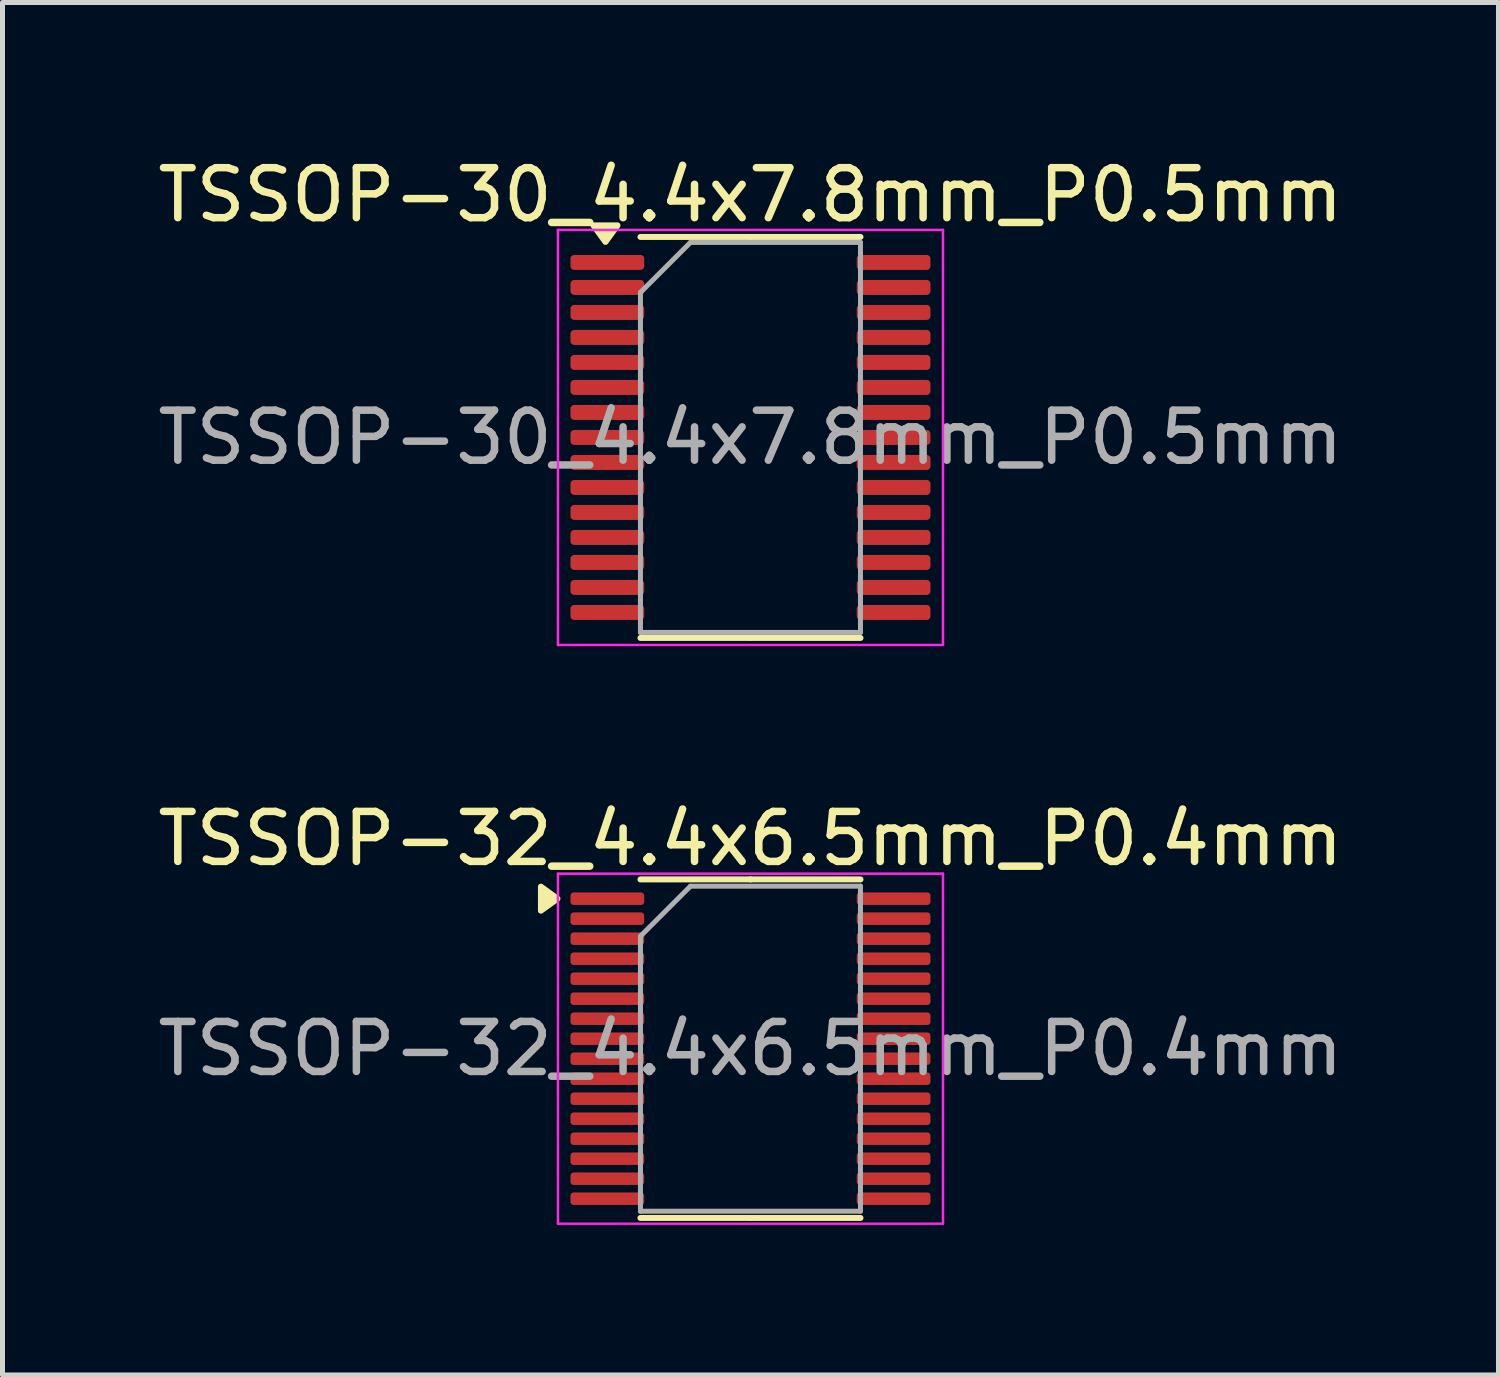
<source format=kicad_pcb>
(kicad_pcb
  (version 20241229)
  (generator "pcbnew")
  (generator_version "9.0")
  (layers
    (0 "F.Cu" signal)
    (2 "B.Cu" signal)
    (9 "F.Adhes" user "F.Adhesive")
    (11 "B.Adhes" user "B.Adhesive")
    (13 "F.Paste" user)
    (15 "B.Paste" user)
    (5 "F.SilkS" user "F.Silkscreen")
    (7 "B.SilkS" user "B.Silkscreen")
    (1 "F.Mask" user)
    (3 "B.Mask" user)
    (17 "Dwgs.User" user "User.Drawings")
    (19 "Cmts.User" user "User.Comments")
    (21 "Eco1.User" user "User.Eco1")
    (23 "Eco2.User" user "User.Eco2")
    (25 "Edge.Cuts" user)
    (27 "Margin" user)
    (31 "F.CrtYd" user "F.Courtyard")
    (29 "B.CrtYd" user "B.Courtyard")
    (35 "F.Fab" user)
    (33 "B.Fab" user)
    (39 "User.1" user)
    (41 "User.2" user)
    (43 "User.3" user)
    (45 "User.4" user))
  (footprint "TSSOP-30_4.4x7.8mm_P0.5mm"
    (layer "F.Cu")
    (at 11.958 5.698)
    (property "Reference" "TSSOP-30_4.4x7.8mm_P0.5mm" (at 0 -4.85 0) (layer "F.SilkS") (effects (font (size 1 1) (thickness 0.15))))
    (attr smd)
    (fp_line (start 0 -4.01) (end -2.2 -4.01) (stroke (width 0.12) (type solid)) (layer "F.SilkS"))
    (fp_line (start 0 -4.01) (end 2.2 -4.01) (stroke (width 0.12) (type solid)) (layer "F.SilkS"))
    (fp_line (start 0 4.01) (end -2.2 4.01) (stroke (width 0.12) (type solid)) (layer "F.SilkS"))
    (fp_line (start 0 4.01) (end 2.2 4.01) (stroke (width 0.12) (type solid)) (layer "F.SilkS"))
    (fp_poly (pts (xy -2.9 -3.91) (xy -3.14 -4.24) (xy -2.66 -4.24) (xy -2.9 -3.91)) (stroke (width 0.12) (type solid)) (fill yes) (layer "F.SilkS"))
    (fp_line (start -3.85 -4.15) (end -3.85 4.15) (stroke (width 0.05) (type solid)) (layer "F.CrtYd"))
    (fp_line (start -3.85 4.15) (end 3.85 4.15) (stroke (width 0.05) (type solid)) (layer "F.CrtYd"))
    (fp_line (start 3.85 -4.15) (end -3.85 -4.15) (stroke (width 0.05) (type solid)) (layer "F.CrtYd"))
    (fp_line (start 3.85 4.15) (end 3.85 -4.15) (stroke (width 0.05) (type solid)) (layer "F.CrtYd"))
    (fp_line (start -2.2 -2.9) (end -1.2 -3.9) (stroke (width 0.1) (type solid)) (layer "F.Fab"))
    (fp_line (start -2.2 3.9) (end -2.2 -2.9) (stroke (width 0.1) (type solid)) (layer "F.Fab"))
    (fp_line (start -1.2 -3.9) (end 2.2 -3.9) (stroke (width 0.1) (type solid)) (layer "F.Fab"))
    (fp_line (start 2.2 -3.9) (end 2.2 3.9) (stroke (width 0.1) (type solid)) (layer "F.Fab"))
    (fp_line (start 2.2 3.9) (end -2.2 3.9) (stroke (width 0.1) (type solid)) (layer "F.Fab"))
    (fp_text user "${REFERENCE}" (at 0 0 0) (layer "F.Fab") (effects (font (size 1 1) (thickness 0.15))))
    (pad "1" smd roundrect (at -2.862 -3.5) (size 1.475 0.3) (layers "F.Cu" "F.Mask" "F.Paste") (roundrect_rratio 0.25))
    (pad "2" smd roundrect (at -2.862 -3) (size 1.475 0.3) (layers "F.Cu" "F.Mask" "F.Paste") (roundrect_rratio 0.25))
    (pad "3" smd roundrect (at -2.862 -2.5) (size 1.475 0.3) (layers "F.Cu" "F.Mask" "F.Paste") (roundrect_rratio 0.25))
    (pad "4" smd roundrect (at -2.862 -2) (size 1.475 0.3) (layers "F.Cu" "F.Mask" "F.Paste") (roundrect_rratio 0.25))
    (pad "5" smd roundrect (at -2.862 -1.5) (size 1.475 0.3) (layers "F.Cu" "F.Mask" "F.Paste") (roundrect_rratio 0.25))
    (pad "6" smd roundrect (at -2.862 -1) (size 1.475 0.3) (layers "F.Cu" "F.Mask" "F.Paste") (roundrect_rratio 0.25))
    (pad "7" smd roundrect (at -2.862 -0.5) (size 1.475 0.3) (layers "F.Cu" "F.Mask" "F.Paste") (roundrect_rratio 0.25))
    (pad "8" smd roundrect (at -2.862 0) (size 1.475 0.3) (layers "F.Cu" "F.Mask" "F.Paste") (roundrect_rratio 0.25))
    (pad "9" smd roundrect (at -2.862 0.5) (size 1.475 0.3) (layers "F.Cu" "F.Mask" "F.Paste") (roundrect_rratio 0.25))
    (pad "10" smd roundrect (at -2.862 1) (size 1.475 0.3) (layers "F.Cu" "F.Mask" "F.Paste") (roundrect_rratio 0.25))
    (pad "11" smd roundrect (at -2.862 1.5) (size 1.475 0.3) (layers "F.Cu" "F.Mask" "F.Paste") (roundrect_rratio 0.25))
    (pad "12" smd roundrect (at -2.862 2) (size 1.475 0.3) (layers "F.Cu" "F.Mask" "F.Paste") (roundrect_rratio 0.25))
    (pad "13" smd roundrect (at -2.862 2.5) (size 1.475 0.3) (layers "F.Cu" "F.Mask" "F.Paste") (roundrect_rratio 0.25))
    (pad "14" smd roundrect (at -2.862 3) (size 1.475 0.3) (layers "F.Cu" "F.Mask" "F.Paste") (roundrect_rratio 0.25))
    (pad "15" smd roundrect (at -2.862 3.5) (size 1.475 0.3) (layers "F.Cu" "F.Mask" "F.Paste") (roundrect_rratio 0.25))
    (pad "16" smd roundrect (at 2.862 3.5) (size 1.475 0.3) (layers "F.Cu" "F.Mask" "F.Paste") (roundrect_rratio 0.25))
    (pad "17" smd roundrect (at 2.862 3) (size 1.475 0.3) (layers "F.Cu" "F.Mask" "F.Paste") (roundrect_rratio 0.25))
    (pad "18" smd roundrect (at 2.862 2.5) (size 1.475 0.3) (layers "F.Cu" "F.Mask" "F.Paste") (roundrect_rratio 0.25))
    (pad "19" smd roundrect (at 2.862 2) (size 1.475 0.3) (layers "F.Cu" "F.Mask" "F.Paste") (roundrect_rratio 0.25))
    (pad "20" smd roundrect (at 2.862 1.5) (size 1.475 0.3) (layers "F.Cu" "F.Mask" "F.Paste") (roundrect_rratio 0.25))
    (pad "21" smd roundrect (at 2.862 1) (size 1.475 0.3) (layers "F.Cu" "F.Mask" "F.Paste") (roundrect_rratio 0.25))
    (pad "22" smd roundrect (at 2.862 0.5) (size 1.475 0.3) (layers "F.Cu" "F.Mask" "F.Paste") (roundrect_rratio 0.25))
    (pad "23" smd roundrect (at 2.862 0) (size 1.475 0.3) (layers "F.Cu" "F.Mask" "F.Paste") (roundrect_rratio 0.25))
    (pad "24" smd roundrect (at 2.862 -0.5) (size 1.475 0.3) (layers "F.Cu" "F.Mask" "F.Paste") (roundrect_rratio 0.25))
    (pad "25" smd roundrect (at 2.862 -1) (size 1.475 0.3) (layers "F.Cu" "F.Mask" "F.Paste") (roundrect_rratio 0.25))
    (pad "26" smd roundrect (at 2.862 -1.5) (size 1.475 0.3) (layers "F.Cu" "F.Mask" "F.Paste") (roundrect_rratio 0.25))
    (pad "27" smd roundrect (at 2.862 -2) (size 1.475 0.3) (layers "F.Cu" "F.Mask" "F.Paste") (roundrect_rratio 0.25))
    (pad "28" smd roundrect (at 2.862 -2.5) (size 1.475 0.3) (layers "F.Cu" "F.Mask" "F.Paste") (roundrect_rratio 0.25))
    (pad "29" smd roundrect (at 2.862 -3) (size 1.475 0.3) (layers "F.Cu" "F.Mask" "F.Paste") (roundrect_rratio 0.25))
    (pad "30" smd roundrect (at 2.862 -3.5) (size 1.475 0.3) (layers "F.Cu" "F.Mask" "F.Paste") (roundrect_rratio 0.25)))
  (footprint "TSSOP-32_4.4x6.5mm_P0.4mm"
    (layer "F.Cu")
    (at 11.958 17.922)
    (property "Reference" "TSSOP-32_4.4x6.5mm_P0.4mm" (at 0 -4.2 0) (layer "F.SilkS") (effects (font (size 1 1) (thickness 0.15))))
    (attr smd)
    (fp_line (start 0 -3.385) (end -2.2 -3.385) (stroke (width 0.12) (type solid)) (layer "F.SilkS"))
    (fp_line (start 0 -3.385) (end 2.2 -3.385) (stroke (width 0.12) (type solid)) (layer "F.SilkS"))
    (fp_line (start 0 3.385) (end -2.2 3.385) (stroke (width 0.12) (type solid)) (layer "F.SilkS"))
    (fp_line (start 0 3.385) (end 2.2 3.385) (stroke (width 0.12) (type solid)) (layer "F.SilkS"))
    (fp_poly (pts (xy -3.86 -3) (xy -4.19 -3.24) (xy -4.19 -2.76) (xy -3.86 -3)) (stroke (width 0.12) (type solid)) (fill yes) (layer "F.SilkS"))
    (fp_line (start -3.85 -3.5) (end -3.85 3.5) (stroke (width 0.05) (type solid)) (layer "F.CrtYd"))
    (fp_line (start -3.85 3.5) (end 3.85 3.5) (stroke (width 0.05) (type solid)) (layer "F.CrtYd"))
    (fp_line (start 3.85 -3.5) (end -3.85 -3.5) (stroke (width 0.05) (type solid)) (layer "F.CrtYd"))
    (fp_line (start 3.85 3.5) (end 3.85 -3.5) (stroke (width 0.05) (type solid)) (layer "F.CrtYd"))
    (fp_line (start -2.2 -2.25) (end -1.2 -3.25) (stroke (width 0.1) (type solid)) (layer "F.Fab"))
    (fp_line (start -2.2 3.25) (end -2.2 -2.25) (stroke (width 0.1) (type solid)) (layer "F.Fab"))
    (fp_line (start -1.2 -3.25) (end 2.2 -3.25) (stroke (width 0.1) (type solid)) (layer "F.Fab"))
    (fp_line (start 2.2 -3.25) (end 2.2 3.25) (stroke (width 0.1) (type solid)) (layer "F.Fab"))
    (fp_line (start 2.2 3.25) (end -2.2 3.25) (stroke (width 0.1) (type solid)) (layer "F.Fab"))
    (fp_text user "${REFERENCE}" (at 0 0 0) (layer "F.Fab") (effects (font (size 1 1) (thickness 0.15))))
    (pad "1" smd roundrect (at -2.862 -3) (size 1.475 0.25) (layers "F.Cu" "F.Mask" "F.Paste") (roundrect_rratio 0.25))
    (pad "2" smd roundrect (at -2.862 -2.6) (size 1.475 0.25) (layers "F.Cu" "F.Mask" "F.Paste") (roundrect_rratio 0.25))
    (pad "3" smd roundrect (at -2.862 -2.2) (size 1.475 0.25) (layers "F.Cu" "F.Mask" "F.Paste") (roundrect_rratio 0.25))
    (pad "4" smd roundrect (at -2.862 -1.8) (size 1.475 0.25) (layers "F.Cu" "F.Mask" "F.Paste") (roundrect_rratio 0.25))
    (pad "5" smd roundrect (at -2.862 -1.4) (size 1.475 0.25) (layers "F.Cu" "F.Mask" "F.Paste") (roundrect_rratio 0.25))
    (pad "6" smd roundrect (at -2.862 -1) (size 1.475 0.25) (layers "F.Cu" "F.Mask" "F.Paste") (roundrect_rratio 0.25))
    (pad "7" smd roundrect (at -2.862 -0.6) (size 1.475 0.25) (layers "F.Cu" "F.Mask" "F.Paste") (roundrect_rratio 0.25))
    (pad "8" smd roundrect (at -2.862 -0.2) (size 1.475 0.25) (layers "F.Cu" "F.Mask" "F.Paste") (roundrect_rratio 0.25))
    (pad "9" smd roundrect (at -2.862 0.2) (size 1.475 0.25) (layers "F.Cu" "F.Mask" "F.Paste") (roundrect_rratio 0.25))
    (pad "10" smd roundrect (at -2.862 0.6) (size 1.475 0.25) (layers "F.Cu" "F.Mask" "F.Paste") (roundrect_rratio 0.25))
    (pad "11" smd roundrect (at -2.862 1) (size 1.475 0.25) (layers "F.Cu" "F.Mask" "F.Paste") (roundrect_rratio 0.25))
    (pad "12" smd roundrect (at -2.862 1.4) (size 1.475 0.25) (layers "F.Cu" "F.Mask" "F.Paste") (roundrect_rratio 0.25))
    (pad "13" smd roundrect (at -2.862 1.8) (size 1.475 0.25) (layers "F.Cu" "F.Mask" "F.Paste") (roundrect_rratio 0.25))
    (pad "14" smd roundrect (at -2.862 2.2) (size 1.475 0.25) (layers "F.Cu" "F.Mask" "F.Paste") (roundrect_rratio 0.25))
    (pad "15" smd roundrect (at -2.862 2.6) (size 1.475 0.25) (layers "F.Cu" "F.Mask" "F.Paste") (roundrect_rratio 0.25))
    (pad "16" smd roundrect (at -2.862 3) (size 1.475 0.25) (layers "F.Cu" "F.Mask" "F.Paste") (roundrect_rratio 0.25))
    (pad "17" smd roundrect (at 2.862 3) (size 1.475 0.25) (layers "F.Cu" "F.Mask" "F.Paste") (roundrect_rratio 0.25))
    (pad "18" smd roundrect (at 2.862 2.6) (size 1.475 0.25) (layers "F.Cu" "F.Mask" "F.Paste") (roundrect_rratio 0.25))
    (pad "19" smd roundrect (at 2.862 2.2) (size 1.475 0.25) (layers "F.Cu" "F.Mask" "F.Paste") (roundrect_rratio 0.25))
    (pad "20" smd roundrect (at 2.862 1.8) (size 1.475 0.25) (layers "F.Cu" "F.Mask" "F.Paste") (roundrect_rratio 0.25))
    (pad "21" smd roundrect (at 2.862 1.4) (size 1.475 0.25) (layers "F.Cu" "F.Mask" "F.Paste") (roundrect_rratio 0.25))
    (pad "22" smd roundrect (at 2.862 1) (size 1.475 0.25) (layers "F.Cu" "F.Mask" "F.Paste") (roundrect_rratio 0.25))
    (pad "23" smd roundrect (at 2.862 0.6) (size 1.475 0.25) (layers "F.Cu" "F.Mask" "F.Paste") (roundrect_rratio 0.25))
    (pad "24" smd roundrect (at 2.862 0.2) (size 1.475 0.25) (layers "F.Cu" "F.Mask" "F.Paste") (roundrect_rratio 0.25))
    (pad "25" smd roundrect (at 2.862 -0.2) (size 1.475 0.25) (layers "F.Cu" "F.Mask" "F.Paste") (roundrect_rratio 0.25))
    (pad "26" smd roundrect (at 2.862 -0.6) (size 1.475 0.25) (layers "F.Cu" "F.Mask" "F.Paste") (roundrect_rratio 0.25))
    (pad "27" smd roundrect (at 2.862 -1) (size 1.475 0.25) (layers "F.Cu" "F.Mask" "F.Paste") (roundrect_rratio 0.25))
    (pad "28" smd roundrect (at 2.862 -1.4) (size 1.475 0.25) (layers "F.Cu" "F.Mask" "F.Paste") (roundrect_rratio 0.25))
    (pad "29" smd roundrect (at 2.862 -1.8) (size 1.475 0.25) (layers "F.Cu" "F.Mask" "F.Paste") (roundrect_rratio 0.25))
    (pad "30" smd roundrect (at 2.862 -2.2) (size 1.475 0.25) (layers "F.Cu" "F.Mask" "F.Paste") (roundrect_rratio 0.25))
    (pad "31" smd roundrect (at 2.862 -2.6) (size 1.475 0.25) (layers "F.Cu" "F.Mask" "F.Paste") (roundrect_rratio 0.25))
    (pad "32" smd roundrect (at 2.862 -3) (size 1.475 0.25) (layers "F.Cu" "F.Mask" "F.Paste") (roundrect_rratio 0.25)))
  (gr_rect
    (start -3 -3)
    (end 26.917 24.447)
    (stroke (width 0.1) (type default))
    (fill no)
    (layer "Edge.Cuts")))
</source>
